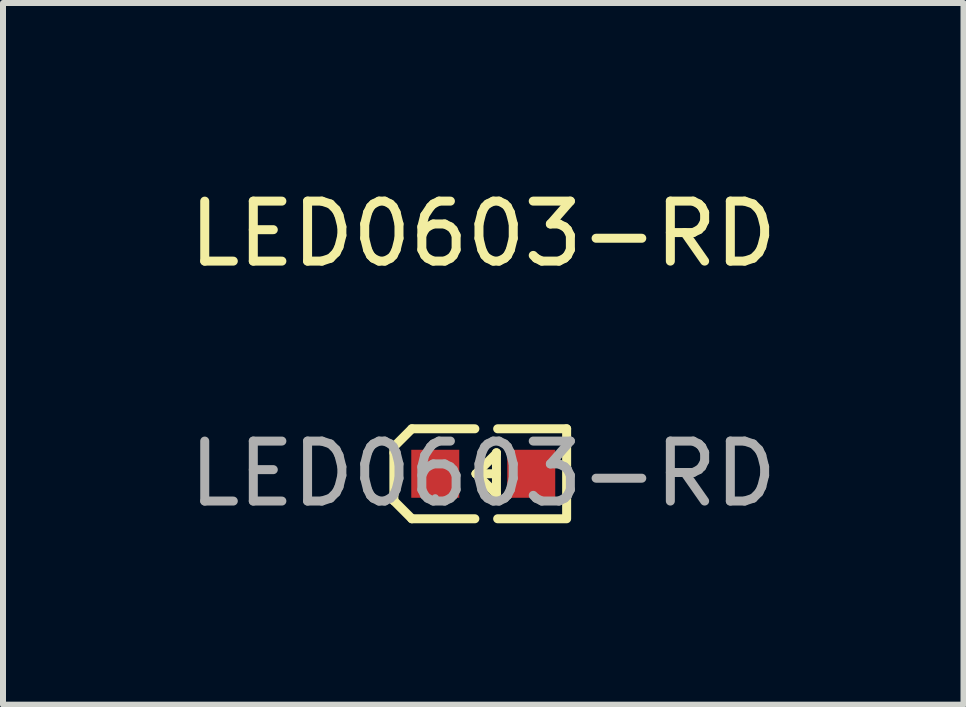
<source format=kicad_pcb>
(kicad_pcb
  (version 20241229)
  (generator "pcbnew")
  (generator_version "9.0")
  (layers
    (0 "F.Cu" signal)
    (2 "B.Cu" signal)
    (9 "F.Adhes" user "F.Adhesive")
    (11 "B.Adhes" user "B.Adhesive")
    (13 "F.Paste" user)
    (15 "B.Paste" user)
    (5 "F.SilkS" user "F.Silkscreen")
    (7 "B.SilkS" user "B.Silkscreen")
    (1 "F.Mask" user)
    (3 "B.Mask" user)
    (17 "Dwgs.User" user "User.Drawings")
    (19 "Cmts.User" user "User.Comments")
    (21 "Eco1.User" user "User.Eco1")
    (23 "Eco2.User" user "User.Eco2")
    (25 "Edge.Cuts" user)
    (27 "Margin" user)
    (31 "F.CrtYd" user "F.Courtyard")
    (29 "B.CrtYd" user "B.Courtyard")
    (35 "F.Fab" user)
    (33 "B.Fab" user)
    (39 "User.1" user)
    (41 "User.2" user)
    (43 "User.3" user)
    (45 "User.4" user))
  (footprint "LED0603-RD"
    (layer "F.Cu")
    (at 5.006 4.848)
    (property "Reference" "LED0603-RD" (at 0 -4 0) (layer "F.SilkS") (effects (font (size 1 1) (thickness 0.15))))
    (attr smd)
    (fp_line (start -1.49 -0.45) (end -1.19 -0.75) (stroke (width 0.15) (type solid)) (layer "F.SilkS"))
    (fp_line (start -1.49 -0.35) (end -1.49 -0.45) (stroke (width 0.15) (type solid)) (layer "F.SilkS"))
    (fp_line (start -1.49 -0.35) (end -1.49 0.35) (stroke (width 0.15) (type solid)) (layer "F.SilkS"))
    (fp_line (start -1.49 0.35) (end -1.49 0.45) (stroke (width 0.15) (type solid)) (layer "F.SilkS"))
    (fp_line (start -1.49 0.45) (end -1.19 0.75) (stroke (width 0.15) (type solid)) (layer "F.SilkS"))
    (fp_line (start -0.14 -0.75) (end -1.19 -0.75) (stroke (width 0.15) (type solid)) (layer "F.SilkS"))
    (fp_line (start -0.14 0.75) (end -1.19 0.75) (stroke (width 0.15) (type solid)) (layer "F.SilkS"))
    (fp_line (start 0.21 0.33) (end -0.12 0) (stroke (width 0.15) (type solid)) (layer "F.SilkS"))
    (fp_line (start 0.22 -0.35) (end 0.22 -0.34) (stroke (width 0.15) (type solid)) (layer "F.SilkS"))
    (fp_line (start 0.22 -0.35) (end 0.22 0.33) (stroke (width 0.15) (type solid)) (layer "F.SilkS"))
    (fp_line (start 0.22 -0.34) (end -0.12 0) (stroke (width 0.15) (type solid)) (layer "F.SilkS"))
    (fp_line (start 0.22 0) (end -0.12 0) (stroke (width 0.15) (type solid)) (layer "F.SilkS"))
    (fp_line (start 0.22 0.33) (end 0.21 0.33) (stroke (width 0.15) (type solid)) (layer "F.SilkS"))
    (fp_line (start 0.24 -0.75) (end 1.39 -0.75) (stroke (width 0.15) (type solid)) (layer "F.SilkS"))
    (fp_line (start 0.24 0.75) (end 1.39 0.75) (stroke (width 0.15) (type solid)) (layer "F.SilkS"))
    (fp_line (start 1.39 -0.75) (end 1.39 0.73) (stroke (width 0.15) (type solid)) (layer "F.SilkS"))
    (fp_circle (center -0.8 0.4) (end -0.77 0.4) (stroke (width 0.06) (type solid)) (fill no) (layer "F.Fab"))
    (fp_text user "${REFERENCE}" (at 0 0 0) (layer "F.Fab") (effects (font (size 1 1) (thickness 0.15))))
    (pad "1" smd rect (at 0.8 0 90) (size 0.8 0.8) (layers "F.Cu" "F.Mask" "F.Paste"))
    (pad "2" smd rect (at -0.8 0 90) (size 0.8 0.8) (layers "F.Cu" "F.Mask" "F.Paste")))
  (gr_rect
    (start -3 -3)
    (end 13.012 8.697)
    (stroke (width 0.1) (type default))
    (fill no)
    (layer "Edge.Cuts")))
</source>
